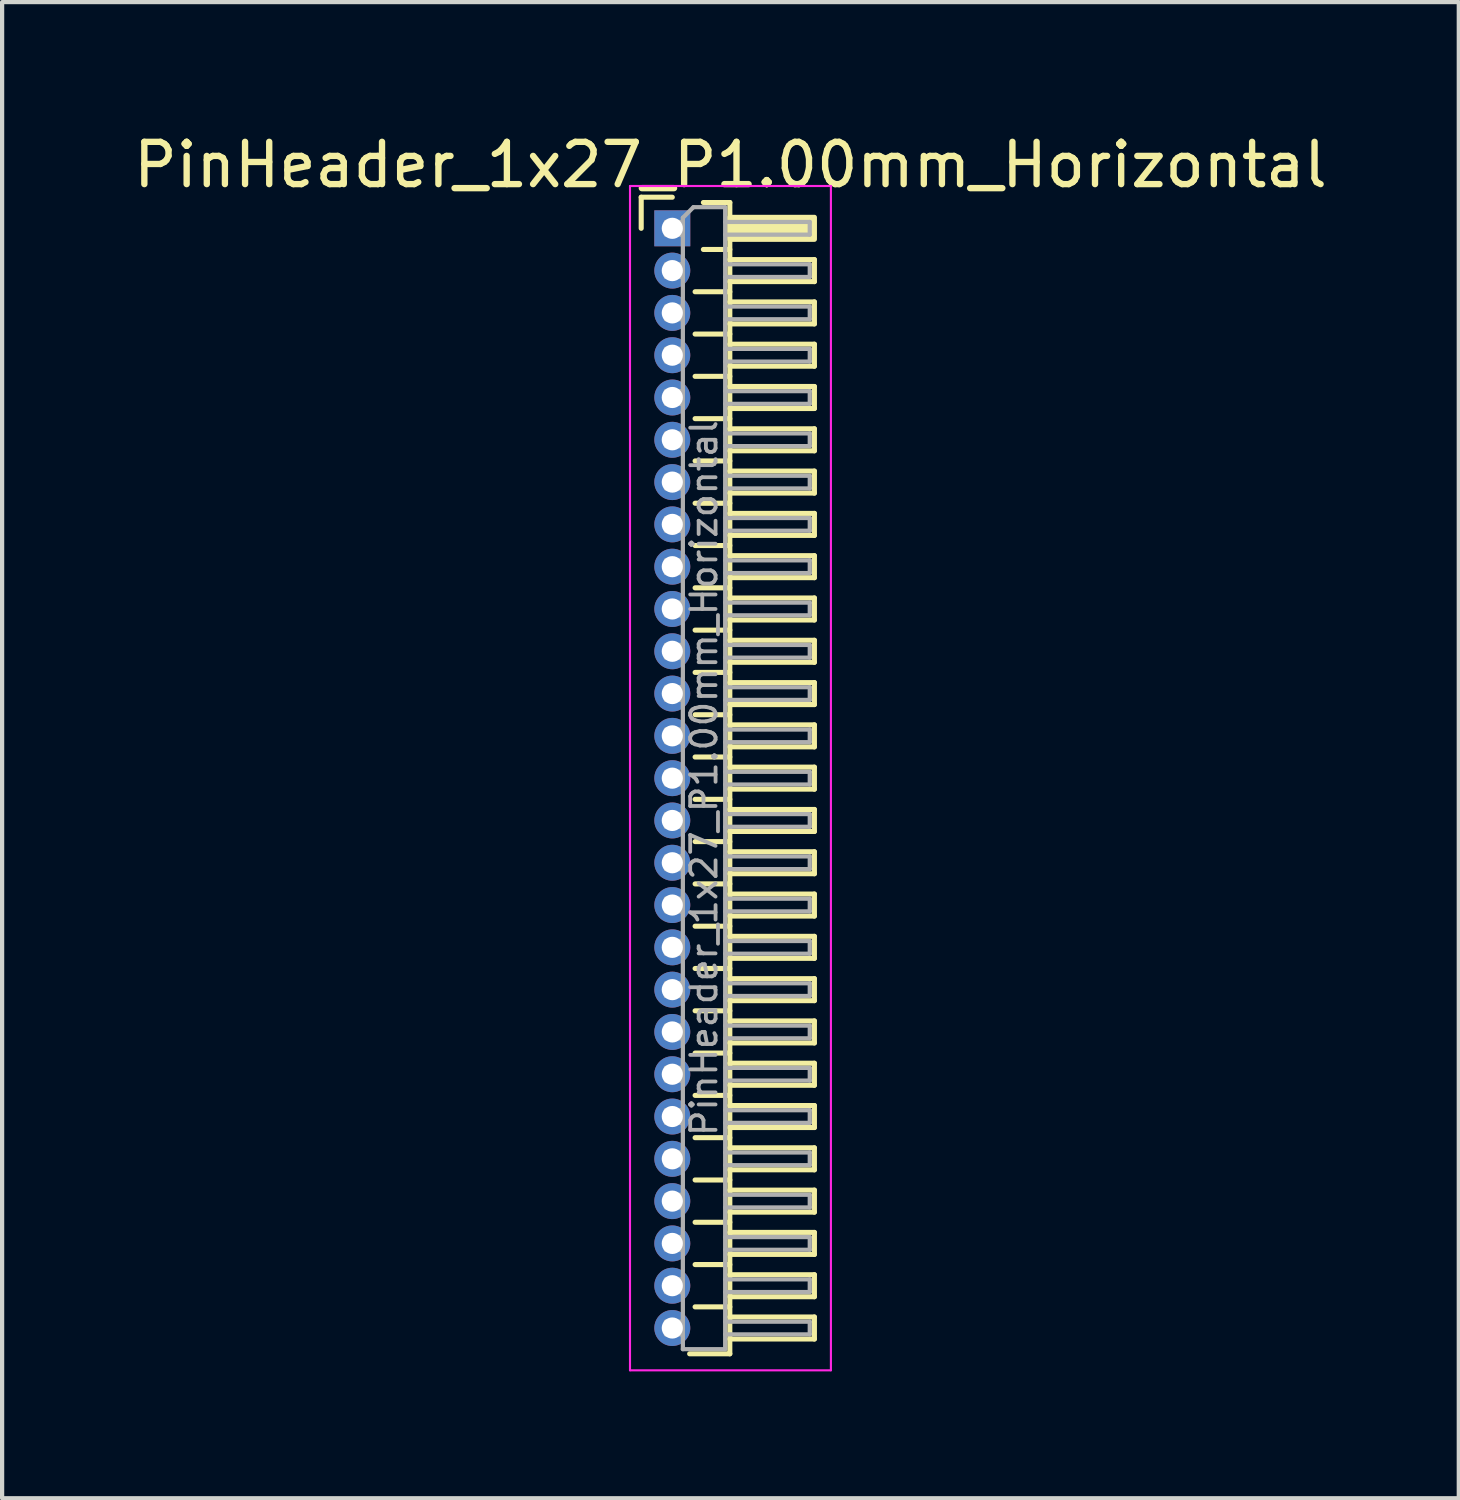
<source format=kicad_pcb>
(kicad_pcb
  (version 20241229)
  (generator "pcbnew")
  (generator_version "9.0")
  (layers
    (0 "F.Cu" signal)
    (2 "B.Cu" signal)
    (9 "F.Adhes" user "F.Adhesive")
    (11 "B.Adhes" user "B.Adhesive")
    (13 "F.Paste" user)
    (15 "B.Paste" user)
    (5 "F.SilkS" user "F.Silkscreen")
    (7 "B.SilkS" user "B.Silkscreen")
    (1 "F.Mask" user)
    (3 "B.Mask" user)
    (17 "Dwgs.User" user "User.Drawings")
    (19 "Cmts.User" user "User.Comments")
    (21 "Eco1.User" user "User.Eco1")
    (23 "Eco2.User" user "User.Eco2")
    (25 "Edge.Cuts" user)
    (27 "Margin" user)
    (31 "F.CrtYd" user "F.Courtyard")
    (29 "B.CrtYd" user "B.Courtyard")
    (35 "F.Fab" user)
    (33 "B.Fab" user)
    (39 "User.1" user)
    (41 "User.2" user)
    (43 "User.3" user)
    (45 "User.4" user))
  (footprint "PinHeader_1x27_P1.00mm_Horizontal"
    (layer "F.Cu")
    (at 12.845 2.348)
    (property "Reference" "PinHeader_1x27_P1.00mm_Horizontal" (at 1.375 -1.5 0) (layer "F.SilkS") (effects (font (size 1 1) (thickness 0.15))))
    (attr through_hole)
    (fp_line (start -0.735 -0.735) (end 0 -0.735) (stroke (width 0.12) (type solid)) (layer "F.SilkS"))
    (fp_line (start -0.735 0) (end -0.735 -0.735) (stroke (width 0.12) (type solid)) (layer "F.SilkS"))
    (fp_line (start 0.539 1.5) (end 1.36 1.5) (stroke (width 0.12) (type solid)) (layer "F.SilkS"))
    (fp_line (start 0.539 2.5) (end 1.36 2.5) (stroke (width 0.12) (type solid)) (layer "F.SilkS"))
    (fp_line (start 0.539 3.5) (end 1.36 3.5) (stroke (width 0.12) (type solid)) (layer "F.SilkS"))
    (fp_line (start 0.539 4.5) (end 1.36 4.5) (stroke (width 0.12) (type solid)) (layer "F.SilkS"))
    (fp_line (start 0.539 5.5) (end 1.36 5.5) (stroke (width 0.12) (type solid)) (layer "F.SilkS"))
    (fp_line (start 0.539 6.5) (end 1.36 6.5) (stroke (width 0.12) (type solid)) (layer "F.SilkS"))
    (fp_line (start 0.539 7.5) (end 1.36 7.5) (stroke (width 0.12) (type solid)) (layer "F.SilkS"))
    (fp_line (start 0.539 8.5) (end 1.36 8.5) (stroke (width 0.12) (type solid)) (layer "F.SilkS"))
    (fp_line (start 0.539 9.5) (end 1.36 9.5) (stroke (width 0.12) (type solid)) (layer "F.SilkS"))
    (fp_line (start 0.539 10.5) (end 1.36 10.5) (stroke (width 0.12) (type solid)) (layer "F.SilkS"))
    (fp_line (start 0.539 11.5) (end 1.36 11.5) (stroke (width 0.12) (type solid)) (layer "F.SilkS"))
    (fp_line (start 0.539 12.5) (end 1.36 12.5) (stroke (width 0.12) (type solid)) (layer "F.SilkS"))
    (fp_line (start 0.539 13.5) (end 1.36 13.5) (stroke (width 0.12) (type solid)) (layer "F.SilkS"))
    (fp_line (start 0.539 14.5) (end 1.36 14.5) (stroke (width 0.12) (type solid)) (layer "F.SilkS"))
    (fp_line (start 0.539 15.5) (end 1.36 15.5) (stroke (width 0.12) (type solid)) (layer "F.SilkS"))
    (fp_line (start 0.539 16.5) (end 1.36 16.5) (stroke (width 0.12) (type solid)) (layer "F.SilkS"))
    (fp_line (start 0.539 17.5) (end 1.36 17.5) (stroke (width 0.12) (type solid)) (layer "F.SilkS"))
    (fp_line (start 0.539 18.5) (end 1.36 18.5) (stroke (width 0.12) (type solid)) (layer "F.SilkS"))
    (fp_line (start 0.539 19.5) (end 1.36 19.5) (stroke (width 0.12) (type solid)) (layer "F.SilkS"))
    (fp_line (start 0.539 20.5) (end 1.36 20.5) (stroke (width 0.12) (type solid)) (layer "F.SilkS"))
    (fp_line (start 0.539 21.5) (end 1.36 21.5) (stroke (width 0.12) (type solid)) (layer "F.SilkS"))
    (fp_line (start 0.539 22.5) (end 1.36 22.5) (stroke (width 0.12) (type solid)) (layer "F.SilkS"))
    (fp_line (start 0.539 23.5) (end 1.36 23.5) (stroke (width 0.12) (type solid)) (layer "F.SilkS"))
    (fp_line (start 0.539 24.5) (end 1.36 24.5) (stroke (width 0.12) (type solid)) (layer "F.SilkS"))
    (fp_line (start 0.539 25.5) (end 1.36 25.5) (stroke (width 0.12) (type solid)) (layer "F.SilkS"))
    (fp_line (start 0.735 -0.61) (end 1.36 -0.61) (stroke (width 0.12) (type solid)) (layer "F.SilkS"))
    (fp_line (start 0.735 0.5) (end 1.36 0.5) (stroke (width 0.12) (type solid)) (layer "F.SilkS"))
    (fp_line (start 1.36 -0.61) (end 1.36 26.61) (stroke (width 0.12) (type solid)) (layer "F.SilkS"))
    (fp_line (start 1.36 0.74) (end 3.36 0.74) (stroke (width 0.12) (type solid)) (layer "F.SilkS"))
    (fp_line (start 1.36 1.74) (end 3.36 1.74) (stroke (width 0.12) (type solid)) (layer "F.SilkS"))
    (fp_line (start 1.36 2.74) (end 3.36 2.74) (stroke (width 0.12) (type solid)) (layer "F.SilkS"))
    (fp_line (start 1.36 3.74) (end 3.36 3.74) (stroke (width 0.12) (type solid)) (layer "F.SilkS"))
    (fp_line (start 1.36 4.74) (end 3.36 4.74) (stroke (width 0.12) (type solid)) (layer "F.SilkS"))
    (fp_line (start 1.36 5.74) (end 3.36 5.74) (stroke (width 0.12) (type solid)) (layer "F.SilkS"))
    (fp_line (start 1.36 6.74) (end 3.36 6.74) (stroke (width 0.12) (type solid)) (layer "F.SilkS"))
    (fp_line (start 1.36 7.74) (end 3.36 7.74) (stroke (width 0.12) (type solid)) (layer "F.SilkS"))
    (fp_line (start 1.36 8.74) (end 3.36 8.74) (stroke (width 0.12) (type solid)) (layer "F.SilkS"))
    (fp_line (start 1.36 9.74) (end 3.36 9.74) (stroke (width 0.12) (type solid)) (layer "F.SilkS"))
    (fp_line (start 1.36 10.74) (end 3.36 10.74) (stroke (width 0.12) (type solid)) (layer "F.SilkS"))
    (fp_line (start 1.36 11.74) (end 3.36 11.74) (stroke (width 0.12) (type solid)) (layer "F.SilkS"))
    (fp_line (start 1.36 12.74) (end 3.36 12.74) (stroke (width 0.12) (type solid)) (layer "F.SilkS"))
    (fp_line (start 1.36 13.74) (end 3.36 13.74) (stroke (width 0.12) (type solid)) (layer "F.SilkS"))
    (fp_line (start 1.36 14.74) (end 3.36 14.74) (stroke (width 0.12) (type solid)) (layer "F.SilkS"))
    (fp_line (start 1.36 15.74) (end 3.36 15.74) (stroke (width 0.12) (type solid)) (layer "F.SilkS"))
    (fp_line (start 1.36 16.74) (end 3.36 16.74) (stroke (width 0.12) (type solid)) (layer "F.SilkS"))
    (fp_line (start 1.36 17.74) (end 3.36 17.74) (stroke (width 0.12) (type solid)) (layer "F.SilkS"))
    (fp_line (start 1.36 18.74) (end 3.36 18.74) (stroke (width 0.12) (type solid)) (layer "F.SilkS"))
    (fp_line (start 1.36 19.74) (end 3.36 19.74) (stroke (width 0.12) (type solid)) (layer "F.SilkS"))
    (fp_line (start 1.36 20.74) (end 3.36 20.74) (stroke (width 0.12) (type solid)) (layer "F.SilkS"))
    (fp_line (start 1.36 21.74) (end 3.36 21.74) (stroke (width 0.12) (type solid)) (layer "F.SilkS"))
    (fp_line (start 1.36 22.74) (end 3.36 22.74) (stroke (width 0.12) (type solid)) (layer "F.SilkS"))
    (fp_line (start 1.36 23.74) (end 3.36 23.74) (stroke (width 0.12) (type solid)) (layer "F.SilkS"))
    (fp_line (start 1.36 24.74) (end 3.36 24.74) (stroke (width 0.12) (type solid)) (layer "F.SilkS"))
    (fp_line (start 1.36 25.74) (end 3.36 25.74) (stroke (width 0.12) (type solid)) (layer "F.SilkS"))
    (fp_line (start 1.36 26.61) (end 0.41 26.61) (stroke (width 0.12) (type solid)) (layer "F.SilkS"))
    (fp_line (start 3.36 0.74) (end 3.36 1.26) (stroke (width 0.12) (type solid)) (layer "F.SilkS"))
    (fp_line (start 3.36 1.26) (end 1.36 1.26) (stroke (width 0.12) (type solid)) (layer "F.SilkS"))
    (fp_line (start 3.36 1.74) (end 3.36 2.26) (stroke (width 0.12) (type solid)) (layer "F.SilkS"))
    (fp_line (start 3.36 2.26) (end 1.36 2.26) (stroke (width 0.12) (type solid)) (layer "F.SilkS"))
    (fp_line (start 3.36 2.74) (end 3.36 3.26) (stroke (width 0.12) (type solid)) (layer "F.SilkS"))
    (fp_line (start 3.36 3.26) (end 1.36 3.26) (stroke (width 0.12) (type solid)) (layer "F.SilkS"))
    (fp_line (start 3.36 3.74) (end 3.36 4.26) (stroke (width 0.12) (type solid)) (layer "F.SilkS"))
    (fp_line (start 3.36 4.26) (end 1.36 4.26) (stroke (width 0.12) (type solid)) (layer "F.SilkS"))
    (fp_line (start 3.36 4.74) (end 3.36 5.26) (stroke (width 0.12) (type solid)) (layer "F.SilkS"))
    (fp_line (start 3.36 5.26) (end 1.36 5.26) (stroke (width 0.12) (type solid)) (layer "F.SilkS"))
    (fp_line (start 3.36 5.74) (end 3.36 6.26) (stroke (width 0.12) (type solid)) (layer "F.SilkS"))
    (fp_line (start 3.36 6.26) (end 1.36 6.26) (stroke (width 0.12) (type solid)) (layer "F.SilkS"))
    (fp_line (start 3.36 6.74) (end 3.36 7.26) (stroke (width 0.12) (type solid)) (layer "F.SilkS"))
    (fp_line (start 3.36 7.26) (end 1.36 7.26) (stroke (width 0.12) (type solid)) (layer "F.SilkS"))
    (fp_line (start 3.36 7.74) (end 3.36 8.26) (stroke (width 0.12) (type solid)) (layer "F.SilkS"))
    (fp_line (start 3.36 8.26) (end 1.36 8.26) (stroke (width 0.12) (type solid)) (layer "F.SilkS"))
    (fp_line (start 3.36 8.74) (end 3.36 9.26) (stroke (width 0.12) (type solid)) (layer "F.SilkS"))
    (fp_line (start 3.36 9.26) (end 1.36 9.26) (stroke (width 0.12) (type solid)) (layer "F.SilkS"))
    (fp_line (start 3.36 9.74) (end 3.36 10.26) (stroke (width 0.12) (type solid)) (layer "F.SilkS"))
    (fp_line (start 3.36 10.26) (end 1.36 10.26) (stroke (width 0.12) (type solid)) (layer "F.SilkS"))
    (fp_line (start 3.36 10.74) (end 3.36 11.26) (stroke (width 0.12) (type solid)) (layer "F.SilkS"))
    (fp_line (start 3.36 11.26) (end 1.36 11.26) (stroke (width 0.12) (type solid)) (layer "F.SilkS"))
    (fp_line (start 3.36 11.74) (end 3.36 12.26) (stroke (width 0.12) (type solid)) (layer "F.SilkS"))
    (fp_line (start 3.36 12.26) (end 1.36 12.26) (stroke (width 0.12) (type solid)) (layer "F.SilkS"))
    (fp_line (start 3.36 12.74) (end 3.36 13.26) (stroke (width 0.12) (type solid)) (layer "F.SilkS"))
    (fp_line (start 3.36 13.26) (end 1.36 13.26) (stroke (width 0.12) (type solid)) (layer "F.SilkS"))
    (fp_line (start 3.36 13.74) (end 3.36 14.26) (stroke (width 0.12) (type solid)) (layer "F.SilkS"))
    (fp_line (start 3.36 14.26) (end 1.36 14.26) (stroke (width 0.12) (type solid)) (layer "F.SilkS"))
    (fp_line (start 3.36 14.74) (end 3.36 15.26) (stroke (width 0.12) (type solid)) (layer "F.SilkS"))
    (fp_line (start 3.36 15.26) (end 1.36 15.26) (stroke (width 0.12) (type solid)) (layer "F.SilkS"))
    (fp_line (start 3.36 15.74) (end 3.36 16.26) (stroke (width 0.12) (type solid)) (layer "F.SilkS"))
    (fp_line (start 3.36 16.26) (end 1.36 16.26) (stroke (width 0.12) (type solid)) (layer "F.SilkS"))
    (fp_line (start 3.36 16.74) (end 3.36 17.26) (stroke (width 0.12) (type solid)) (layer "F.SilkS"))
    (fp_line (start 3.36 17.26) (end 1.36 17.26) (stroke (width 0.12) (type solid)) (layer "F.SilkS"))
    (fp_line (start 3.36 17.74) (end 3.36 18.26) (stroke (width 0.12) (type solid)) (layer "F.SilkS"))
    (fp_line (start 3.36 18.26) (end 1.36 18.26) (stroke (width 0.12) (type solid)) (layer "F.SilkS"))
    (fp_line (start 3.36 18.74) (end 3.36 19.26) (stroke (width 0.12) (type solid)) (layer "F.SilkS"))
    (fp_line (start 3.36 19.26) (end 1.36 19.26) (stroke (width 0.12) (type solid)) (layer "F.SilkS"))
    (fp_line (start 3.36 19.74) (end 3.36 20.26) (stroke (width 0.12) (type solid)) (layer "F.SilkS"))
    (fp_line (start 3.36 20.26) (end 1.36 20.26) (stroke (width 0.12) (type solid)) (layer "F.SilkS"))
    (fp_line (start 3.36 20.74) (end 3.36 21.26) (stroke (width 0.12) (type solid)) (layer "F.SilkS"))
    (fp_line (start 3.36 21.26) (end 1.36 21.26) (stroke (width 0.12) (type solid)) (layer "F.SilkS"))
    (fp_line (start 3.36 21.74) (end 3.36 22.26) (stroke (width 0.12) (type solid)) (layer "F.SilkS"))
    (fp_line (start 3.36 22.26) (end 1.36 22.26) (stroke (width 0.12) (type solid)) (layer "F.SilkS"))
    (fp_line (start 3.36 22.74) (end 3.36 23.26) (stroke (width 0.12) (type solid)) (layer "F.SilkS"))
    (fp_line (start 3.36 23.26) (end 1.36 23.26) (stroke (width 0.12) (type solid)) (layer "F.SilkS"))
    (fp_line (start 3.36 23.74) (end 3.36 24.26) (stroke (width 0.12) (type solid)) (layer "F.SilkS"))
    (fp_line (start 3.36 24.26) (end 1.36 24.26) (stroke (width 0.12) (type solid)) (layer "F.SilkS"))
    (fp_line (start 3.36 24.74) (end 3.36 25.26) (stroke (width 0.12) (type solid)) (layer "F.SilkS"))
    (fp_line (start 3.36 25.26) (end 1.36 25.26) (stroke (width 0.12) (type solid)) (layer "F.SilkS"))
    (fp_line (start 3.36 25.74) (end 3.36 26.26) (stroke (width 0.12) (type solid)) (layer "F.SilkS"))
    (fp_line (start 3.36 26.26) (end 1.36 26.26) (stroke (width 0.12) (type solid)) (layer "F.SilkS"))
    (fp_rect (start 1.36 -0.26) (end 3.36 0.26) (stroke (width 0.12) (type solid)) (fill yes) (layer "F.SilkS"))
    (fp_line (start -1 -1) (end -1 27) (stroke (width 0.05) (type solid)) (layer "F.CrtYd"))
    (fp_line (start -1 27) (end 3.75 27) (stroke (width 0.05) (type solid)) (layer "F.CrtYd"))
    (fp_line (start 3.75 -1) (end -1 -1) (stroke (width 0.05) (type solid)) (layer "F.CrtYd"))
    (fp_line (start 3.75 27) (end 3.75 -1) (stroke (width 0.05) (type solid)) (layer "F.CrtYd"))
    (fp_line (start -0.15 -0.15) (end -0.15 0.15) (stroke (width 0.1) (type solid)) (layer "F.Fab"))
    (fp_line (start -0.15 -0.15) (end 0.25 -0.15) (stroke (width 0.1) (type solid)) (layer "F.Fab"))
    (fp_line (start -0.15 0.15) (end 0.25 0.15) (stroke (width 0.1) (type solid)) (layer "F.Fab"))
    (fp_line (start -0.15 0.85) (end -0.15 1.15) (stroke (width 0.1) (type solid)) (layer "F.Fab"))
    (fp_line (start -0.15 0.85) (end 0.25 0.85) (stroke (width 0.1) (type solid)) (layer "F.Fab"))
    (fp_line (start -0.15 1.15) (end 0.25 1.15) (stroke (width 0.1) (type solid)) (layer "F.Fab"))
    (fp_line (start -0.15 1.85) (end -0.15 2.15) (stroke (width 0.1) (type solid)) (layer "F.Fab"))
    (fp_line (start -0.15 1.85) (end 0.25 1.85) (stroke (width 0.1) (type solid)) (layer "F.Fab"))
    (fp_line (start -0.15 2.15) (end 0.25 2.15) (stroke (width 0.1) (type solid)) (layer "F.Fab"))
    (fp_line (start -0.15 2.85) (end -0.15 3.15) (stroke (width 0.1) (type solid)) (layer "F.Fab"))
    (fp_line (start -0.15 2.85) (end 0.25 2.85) (stroke (width 0.1) (type solid)) (layer "F.Fab"))
    (fp_line (start -0.15 3.15) (end 0.25 3.15) (stroke (width 0.1) (type solid)) (layer "F.Fab"))
    (fp_line (start -0.15 3.85) (end -0.15 4.15) (stroke (width 0.1) (type solid)) (layer "F.Fab"))
    (fp_line (start -0.15 3.85) (end 0.25 3.85) (stroke (width 0.1) (type solid)) (layer "F.Fab"))
    (fp_line (start -0.15 4.15) (end 0.25 4.15) (stroke (width 0.1) (type solid)) (layer "F.Fab"))
    (fp_line (start -0.15 4.85) (end -0.15 5.15) (stroke (width 0.1) (type solid)) (layer "F.Fab"))
    (fp_line (start -0.15 4.85) (end 0.25 4.85) (stroke (width 0.1) (type solid)) (layer "F.Fab"))
    (fp_line (start -0.15 5.15) (end 0.25 5.15) (stroke (width 0.1) (type solid)) (layer "F.Fab"))
    (fp_line (start -0.15 5.85) (end -0.15 6.15) (stroke (width 0.1) (type solid)) (layer "F.Fab"))
    (fp_line (start -0.15 5.85) (end 0.25 5.85) (stroke (width 0.1) (type solid)) (layer "F.Fab"))
    (fp_line (start -0.15 6.15) (end 0.25 6.15) (stroke (width 0.1) (type solid)) (layer "F.Fab"))
    (fp_line (start -0.15 6.85) (end -0.15 7.15) (stroke (width 0.1) (type solid)) (layer "F.Fab"))
    (fp_line (start -0.15 6.85) (end 0.25 6.85) (stroke (width 0.1) (type solid)) (layer "F.Fab"))
    (fp_line (start -0.15 7.15) (end 0.25 7.15) (stroke (width 0.1) (type solid)) (layer "F.Fab"))
    (fp_line (start -0.15 7.85) (end -0.15 8.15) (stroke (width 0.1) (type solid)) (layer "F.Fab"))
    (fp_line (start -0.15 7.85) (end 0.25 7.85) (stroke (width 0.1) (type solid)) (layer "F.Fab"))
    (fp_line (start -0.15 8.15) (end 0.25 8.15) (stroke (width 0.1) (type solid)) (layer "F.Fab"))
    (fp_line (start -0.15 8.85) (end -0.15 9.15) (stroke (width 0.1) (type solid)) (layer "F.Fab"))
    (fp_line (start -0.15 8.85) (end 0.25 8.85) (stroke (width 0.1) (type solid)) (layer "F.Fab"))
    (fp_line (start -0.15 9.15) (end 0.25 9.15) (stroke (width 0.1) (type solid)) (layer "F.Fab"))
    (fp_line (start -0.15 9.85) (end -0.15 10.15) (stroke (width 0.1) (type solid)) (layer "F.Fab"))
    (fp_line (start -0.15 9.85) (end 0.25 9.85) (stroke (width 0.1) (type solid)) (layer "F.Fab"))
    (fp_line (start -0.15 10.15) (end 0.25 10.15) (stroke (width 0.1) (type solid)) (layer "F.Fab"))
    (fp_line (start -0.15 10.85) (end -0.15 11.15) (stroke (width 0.1) (type solid)) (layer "F.Fab"))
    (fp_line (start -0.15 10.85) (end 0.25 10.85) (stroke (width 0.1) (type solid)) (layer "F.Fab"))
    (fp_line (start -0.15 11.15) (end 0.25 11.15) (stroke (width 0.1) (type solid)) (layer "F.Fab"))
    (fp_line (start -0.15 11.85) (end -0.15 12.15) (stroke (width 0.1) (type solid)) (layer "F.Fab"))
    (fp_line (start -0.15 11.85) (end 0.25 11.85) (stroke (width 0.1) (type solid)) (layer "F.Fab"))
    (fp_line (start -0.15 12.15) (end 0.25 12.15) (stroke (width 0.1) (type solid)) (layer "F.Fab"))
    (fp_line (start -0.15 12.85) (end -0.15 13.15) (stroke (width 0.1) (type solid)) (layer "F.Fab"))
    (fp_line (start -0.15 12.85) (end 0.25 12.85) (stroke (width 0.1) (type solid)) (layer "F.Fab"))
    (fp_line (start -0.15 13.15) (end 0.25 13.15) (stroke (width 0.1) (type solid)) (layer "F.Fab"))
    (fp_line (start -0.15 13.85) (end -0.15 14.15) (stroke (width 0.1) (type solid)) (layer "F.Fab"))
    (fp_line (start -0.15 13.85) (end 0.25 13.85) (stroke (width 0.1) (type solid)) (layer "F.Fab"))
    (fp_line (start -0.15 14.15) (end 0.25 14.15) (stroke (width 0.1) (type solid)) (layer "F.Fab"))
    (fp_line (start -0.15 14.85) (end -0.15 15.15) (stroke (width 0.1) (type solid)) (layer "F.Fab"))
    (fp_line (start -0.15 14.85) (end 0.25 14.85) (stroke (width 0.1) (type solid)) (layer "F.Fab"))
    (fp_line (start -0.15 15.15) (end 0.25 15.15) (stroke (width 0.1) (type solid)) (layer "F.Fab"))
    (fp_line (start -0.15 15.85) (end -0.15 16.15) (stroke (width 0.1) (type solid)) (layer "F.Fab"))
    (fp_line (start -0.15 15.85) (end 0.25 15.85) (stroke (width 0.1) (type solid)) (layer "F.Fab"))
    (fp_line (start -0.15 16.15) (end 0.25 16.15) (stroke (width 0.1) (type solid)) (layer "F.Fab"))
    (fp_line (start -0.15 16.85) (end -0.15 17.15) (stroke (width 0.1) (type solid)) (layer "F.Fab"))
    (fp_line (start -0.15 16.85) (end 0.25 16.85) (stroke (width 0.1) (type solid)) (layer "F.Fab"))
    (fp_line (start -0.15 17.15) (end 0.25 17.15) (stroke (width 0.1) (type solid)) (layer "F.Fab"))
    (fp_line (start -0.15 17.85) (end -0.15 18.15) (stroke (width 0.1) (type solid)) (layer "F.Fab"))
    (fp_line (start -0.15 17.85) (end 0.25 17.85) (stroke (width 0.1) (type solid)) (layer "F.Fab"))
    (fp_line (start -0.15 18.15) (end 0.25 18.15) (stroke (width 0.1) (type solid)) (layer "F.Fab"))
    (fp_line (start -0.15 18.85) (end -0.15 19.15) (stroke (width 0.1) (type solid)) (layer "F.Fab"))
    (fp_line (start -0.15 18.85) (end 0.25 18.85) (stroke (width 0.1) (type solid)) (layer "F.Fab"))
    (fp_line (start -0.15 19.15) (end 0.25 19.15) (stroke (width 0.1) (type solid)) (layer "F.Fab"))
    (fp_line (start -0.15 19.85) (end -0.15 20.15) (stroke (width 0.1) (type solid)) (layer "F.Fab"))
    (fp_line (start -0.15 19.85) (end 0.25 19.85) (stroke (width 0.1) (type solid)) (layer "F.Fab"))
    (fp_line (start -0.15 20.15) (end 0.25 20.15) (stroke (width 0.1) (type solid)) (layer "F.Fab"))
    (fp_line (start -0.15 20.85) (end -0.15 21.15) (stroke (width 0.1) (type solid)) (layer "F.Fab"))
    (fp_line (start -0.15 20.85) (end 0.25 20.85) (stroke (width 0.1) (type solid)) (layer "F.Fab"))
    (fp_line (start -0.15 21.15) (end 0.25 21.15) (stroke (width 0.1) (type solid)) (layer "F.Fab"))
    (fp_line (start -0.15 21.85) (end -0.15 22.15) (stroke (width 0.1) (type solid)) (layer "F.Fab"))
    (fp_line (start -0.15 21.85) (end 0.25 21.85) (stroke (width 0.1) (type solid)) (layer "F.Fab"))
    (fp_line (start -0.15 22.15) (end 0.25 22.15) (stroke (width 0.1) (type solid)) (layer "F.Fab"))
    (fp_line (start -0.15 22.85) (end -0.15 23.15) (stroke (width 0.1) (type solid)) (layer "F.Fab"))
    (fp_line (start -0.15 22.85) (end 0.25 22.85) (stroke (width 0.1) (type solid)) (layer "F.Fab"))
    (fp_line (start -0.15 23.15) (end 0.25 23.15) (stroke (width 0.1) (type solid)) (layer "F.Fab"))
    (fp_line (start -0.15 23.85) (end -0.15 24.15) (stroke (width 0.1) (type solid)) (layer "F.Fab"))
    (fp_line (start -0.15 23.85) (end 0.25 23.85) (stroke (width 0.1) (type solid)) (layer "F.Fab"))
    (fp_line (start -0.15 24.15) (end 0.25 24.15) (stroke (width 0.1) (type solid)) (layer "F.Fab"))
    (fp_line (start -0.15 24.85) (end -0.15 25.15) (stroke (width 0.1) (type solid)) (layer "F.Fab"))
    (fp_line (start -0.15 24.85) (end 0.25 24.85) (stroke (width 0.1) (type solid)) (layer "F.Fab"))
    (fp_line (start -0.15 25.15) (end 0.25 25.15) (stroke (width 0.1) (type solid)) (layer "F.Fab"))
    (fp_line (start -0.15 25.85) (end -0.15 26.15) (stroke (width 0.1) (type solid)) (layer "F.Fab"))
    (fp_line (start -0.15 25.85) (end 0.25 25.85) (stroke (width 0.1) (type solid)) (layer "F.Fab"))
    (fp_line (start -0.15 26.15) (end 0.25 26.15) (stroke (width 0.1) (type solid)) (layer "F.Fab"))
    (fp_line (start 0.25 -0.25) (end 0.5 -0.5) (stroke (width 0.1) (type solid)) (layer "F.Fab"))
    (fp_line (start 0.25 26.5) (end 0.25 -0.25) (stroke (width 0.1) (type solid)) (layer "F.Fab"))
    (fp_line (start 0.5 -0.5) (end 1.25 -0.5) (stroke (width 0.1) (type solid)) (layer "F.Fab"))
    (fp_line (start 1.25 -0.5) (end 1.25 26.5) (stroke (width 0.1) (type solid)) (layer "F.Fab"))
    (fp_line (start 1.25 -0.15) (end 3.25 -0.15) (stroke (width 0.1) (type solid)) (layer "F.Fab"))
    (fp_line (start 1.25 0.15) (end 3.25 0.15) (stroke (width 0.1) (type solid)) (layer "F.Fab"))
    (fp_line (start 1.25 0.85) (end 3.25 0.85) (stroke (width 0.1) (type solid)) (layer "F.Fab"))
    (fp_line (start 1.25 1.15) (end 3.25 1.15) (stroke (width 0.1) (type solid)) (layer "F.Fab"))
    (fp_line (start 1.25 1.85) (end 3.25 1.85) (stroke (width 0.1) (type solid)) (layer "F.Fab"))
    (fp_line (start 1.25 2.15) (end 3.25 2.15) (stroke (width 0.1) (type solid)) (layer "F.Fab"))
    (fp_line (start 1.25 2.85) (end 3.25 2.85) (stroke (width 0.1) (type solid)) (layer "F.Fab"))
    (fp_line (start 1.25 3.15) (end 3.25 3.15) (stroke (width 0.1) (type solid)) (layer "F.Fab"))
    (fp_line (start 1.25 3.85) (end 3.25 3.85) (stroke (width 0.1) (type solid)) (layer "F.Fab"))
    (fp_line (start 1.25 4.15) (end 3.25 4.15) (stroke (width 0.1) (type solid)) (layer "F.Fab"))
    (fp_line (start 1.25 4.85) (end 3.25 4.85) (stroke (width 0.1) (type solid)) (layer "F.Fab"))
    (fp_line (start 1.25 5.15) (end 3.25 5.15) (stroke (width 0.1) (type solid)) (layer "F.Fab"))
    (fp_line (start 1.25 5.85) (end 3.25 5.85) (stroke (width 0.1) (type solid)) (layer "F.Fab"))
    (fp_line (start 1.25 6.15) (end 3.25 6.15) (stroke (width 0.1) (type solid)) (layer "F.Fab"))
    (fp_line (start 1.25 6.85) (end 3.25 6.85) (stroke (width 0.1) (type solid)) (layer "F.Fab"))
    (fp_line (start 1.25 7.15) (end 3.25 7.15) (stroke (width 0.1) (type solid)) (layer "F.Fab"))
    (fp_line (start 1.25 7.85) (end 3.25 7.85) (stroke (width 0.1) (type solid)) (layer "F.Fab"))
    (fp_line (start 1.25 8.15) (end 3.25 8.15) (stroke (width 0.1) (type solid)) (layer "F.Fab"))
    (fp_line (start 1.25 8.85) (end 3.25 8.85) (stroke (width 0.1) (type solid)) (layer "F.Fab"))
    (fp_line (start 1.25 9.15) (end 3.25 9.15) (stroke (width 0.1) (type solid)) (layer "F.Fab"))
    (fp_line (start 1.25 9.85) (end 3.25 9.85) (stroke (width 0.1) (type solid)) (layer "F.Fab"))
    (fp_line (start 1.25 10.15) (end 3.25 10.15) (stroke (width 0.1) (type solid)) (layer "F.Fab"))
    (fp_line (start 1.25 10.85) (end 3.25 10.85) (stroke (width 0.1) (type solid)) (layer "F.Fab"))
    (fp_line (start 1.25 11.15) (end 3.25 11.15) (stroke (width 0.1) (type solid)) (layer "F.Fab"))
    (fp_line (start 1.25 11.85) (end 3.25 11.85) (stroke (width 0.1) (type solid)) (layer "F.Fab"))
    (fp_line (start 1.25 12.15) (end 3.25 12.15) (stroke (width 0.1) (type solid)) (layer "F.Fab"))
    (fp_line (start 1.25 12.85) (end 3.25 12.85) (stroke (width 0.1) (type solid)) (layer "F.Fab"))
    (fp_line (start 1.25 13.15) (end 3.25 13.15) (stroke (width 0.1) (type solid)) (layer "F.Fab"))
    (fp_line (start 1.25 13.85) (end 3.25 13.85) (stroke (width 0.1) (type solid)) (layer "F.Fab"))
    (fp_line (start 1.25 14.15) (end 3.25 14.15) (stroke (width 0.1) (type solid)) (layer "F.Fab"))
    (fp_line (start 1.25 14.85) (end 3.25 14.85) (stroke (width 0.1) (type solid)) (layer "F.Fab"))
    (fp_line (start 1.25 15.15) (end 3.25 15.15) (stroke (width 0.1) (type solid)) (layer "F.Fab"))
    (fp_line (start 1.25 15.85) (end 3.25 15.85) (stroke (width 0.1) (type solid)) (layer "F.Fab"))
    (fp_line (start 1.25 16.15) (end 3.25 16.15) (stroke (width 0.1) (type solid)) (layer "F.Fab"))
    (fp_line (start 1.25 16.85) (end 3.25 16.85) (stroke (width 0.1) (type solid)) (layer "F.Fab"))
    (fp_line (start 1.25 17.15) (end 3.25 17.15) (stroke (width 0.1) (type solid)) (layer "F.Fab"))
    (fp_line (start 1.25 17.85) (end 3.25 17.85) (stroke (width 0.1) (type solid)) (layer "F.Fab"))
    (fp_line (start 1.25 18.15) (end 3.25 18.15) (stroke (width 0.1) (type solid)) (layer "F.Fab"))
    (fp_line (start 1.25 18.85) (end 3.25 18.85) (stroke (width 0.1) (type solid)) (layer "F.Fab"))
    (fp_line (start 1.25 19.15) (end 3.25 19.15) (stroke (width 0.1) (type solid)) (layer "F.Fab"))
    (fp_line (start 1.25 19.85) (end 3.25 19.85) (stroke (width 0.1) (type solid)) (layer "F.Fab"))
    (fp_line (start 1.25 20.15) (end 3.25 20.15) (stroke (width 0.1) (type solid)) (layer "F.Fab"))
    (fp_line (start 1.25 20.85) (end 3.25 20.85) (stroke (width 0.1) (type solid)) (layer "F.Fab"))
    (fp_line (start 1.25 21.15) (end 3.25 21.15) (stroke (width 0.1) (type solid)) (layer "F.Fab"))
    (fp_line (start 1.25 21.85) (end 3.25 21.85) (stroke (width 0.1) (type solid)) (layer "F.Fab"))
    (fp_line (start 1.25 22.15) (end 3.25 22.15) (stroke (width 0.1) (type solid)) (layer "F.Fab"))
    (fp_line (start 1.25 22.85) (end 3.25 22.85) (stroke (width 0.1) (type solid)) (layer "F.Fab"))
    (fp_line (start 1.25 23.15) (end 3.25 23.15) (stroke (width 0.1) (type solid)) (layer "F.Fab"))
    (fp_line (start 1.25 23.85) (end 3.25 23.85) (stroke (width 0.1) (type solid)) (layer "F.Fab"))
    (fp_line (start 1.25 24.15) (end 3.25 24.15) (stroke (width 0.1) (type solid)) (layer "F.Fab"))
    (fp_line (start 1.25 24.85) (end 3.25 24.85) (stroke (width 0.1) (type solid)) (layer "F.Fab"))
    (fp_line (start 1.25 25.15) (end 3.25 25.15) (stroke (width 0.1) (type solid)) (layer "F.Fab"))
    (fp_line (start 1.25 25.85) (end 3.25 25.85) (stroke (width 0.1) (type solid)) (layer "F.Fab"))
    (fp_line (start 1.25 26.15) (end 3.25 26.15) (stroke (width 0.1) (type solid)) (layer "F.Fab"))
    (fp_line (start 1.25 26.5) (end 0.25 26.5) (stroke (width 0.1) (type solid)) (layer "F.Fab"))
    (fp_line (start 3.25 -0.15) (end 3.25 0.15) (stroke (width 0.1) (type solid)) (layer "F.Fab"))
    (fp_line (start 3.25 0.85) (end 3.25 1.15) (stroke (width 0.1) (type solid)) (layer "F.Fab"))
    (fp_line (start 3.25 1.85) (end 3.25 2.15) (stroke (width 0.1) (type solid)) (layer "F.Fab"))
    (fp_line (start 3.25 2.85) (end 3.25 3.15) (stroke (width 0.1) (type solid)) (layer "F.Fab"))
    (fp_line (start 3.25 3.85) (end 3.25 4.15) (stroke (width 0.1) (type solid)) (layer "F.Fab"))
    (fp_line (start 3.25 4.85) (end 3.25 5.15) (stroke (width 0.1) (type solid)) (layer "F.Fab"))
    (fp_line (start 3.25 5.85) (end 3.25 6.15) (stroke (width 0.1) (type solid)) (layer "F.Fab"))
    (fp_line (start 3.25 6.85) (end 3.25 7.15) (stroke (width 0.1) (type solid)) (layer "F.Fab"))
    (fp_line (start 3.25 7.85) (end 3.25 8.15) (stroke (width 0.1) (type solid)) (layer "F.Fab"))
    (fp_line (start 3.25 8.85) (end 3.25 9.15) (stroke (width 0.1) (type solid)) (layer "F.Fab"))
    (fp_line (start 3.25 9.85) (end 3.25 10.15) (stroke (width 0.1) (type solid)) (layer "F.Fab"))
    (fp_line (start 3.25 10.85) (end 3.25 11.15) (stroke (width 0.1) (type solid)) (layer "F.Fab"))
    (fp_line (start 3.25 11.85) (end 3.25 12.15) (stroke (width 0.1) (type solid)) (layer "F.Fab"))
    (fp_line (start 3.25 12.85) (end 3.25 13.15) (stroke (width 0.1) (type solid)) (layer "F.Fab"))
    (fp_line (start 3.25 13.85) (end 3.25 14.15) (stroke (width 0.1) (type solid)) (layer "F.Fab"))
    (fp_line (start 3.25 14.85) (end 3.25 15.15) (stroke (width 0.1) (type solid)) (layer "F.Fab"))
    (fp_line (start 3.25 15.85) (end 3.25 16.15) (stroke (width 0.1) (type solid)) (layer "F.Fab"))
    (fp_line (start 3.25 16.85) (end 3.25 17.15) (stroke (width 0.1) (type solid)) (layer "F.Fab"))
    (fp_line (start 3.25 17.85) (end 3.25 18.15) (stroke (width 0.1) (type solid)) (layer "F.Fab"))
    (fp_line (start 3.25 18.85) (end 3.25 19.15) (stroke (width 0.1) (type solid)) (layer "F.Fab"))
    (fp_line (start 3.25 19.85) (end 3.25 20.15) (stroke (width 0.1) (type solid)) (layer "F.Fab"))
    (fp_line (start 3.25 20.85) (end 3.25 21.15) (stroke (width 0.1) (type solid)) (layer "F.Fab"))
    (fp_line (start 3.25 21.85) (end 3.25 22.15) (stroke (width 0.1) (type solid)) (layer "F.Fab"))
    (fp_line (start 3.25 22.85) (end 3.25 23.15) (stroke (width 0.1) (type solid)) (layer "F.Fab"))
    (fp_line (start 3.25 23.85) (end 3.25 24.15) (stroke (width 0.1) (type solid)) (layer "F.Fab"))
    (fp_line (start 3.25 24.85) (end 3.25 25.15) (stroke (width 0.1) (type solid)) (layer "F.Fab"))
    (fp_line (start 3.25 25.85) (end 3.25 26.15) (stroke (width 0.1) (type solid)) (layer "F.Fab"))
    (fp_text user "${REFERENCE}" (at 0.75 13 90) (layer "F.Fab") (effects (font (size 0.6 0.6) (thickness 0.09))))
    (pad "1" thru_hole rect (at 0 0) (size 0.85 0.85) (drill 0.5) (layers "*.Cu" "*.Mask"))
    (pad "2" thru_hole circle (at 0 1) (size 0.85 0.85) (drill 0.5) (layers "*.Cu" "*.Mask"))
    (pad "3" thru_hole circle (at 0 2) (size 0.85 0.85) (drill 0.5) (layers "*.Cu" "*.Mask"))
    (pad "4" thru_hole circle (at 0 3) (size 0.85 0.85) (drill 0.5) (layers "*.Cu" "*.Mask"))
    (pad "5" thru_hole circle (at 0 4) (size 0.85 0.85) (drill 0.5) (layers "*.Cu" "*.Mask"))
    (pad "6" thru_hole circle (at 0 5) (size 0.85 0.85) (drill 0.5) (layers "*.Cu" "*.Mask"))
    (pad "7" thru_hole circle (at 0 6) (size 0.85 0.85) (drill 0.5) (layers "*.Cu" "*.Mask"))
    (pad "8" thru_hole circle (at 0 7) (size 0.85 0.85) (drill 0.5) (layers "*.Cu" "*.Mask"))
    (pad "9" thru_hole circle (at 0 8) (size 0.85 0.85) (drill 0.5) (layers "*.Cu" "*.Mask"))
    (pad "10" thru_hole circle (at 0 9) (size 0.85 0.85) (drill 0.5) (layers "*.Cu" "*.Mask"))
    (pad "11" thru_hole circle (at 0 10) (size 0.85 0.85) (drill 0.5) (layers "*.Cu" "*.Mask"))
    (pad "12" thru_hole circle (at 0 11) (size 0.85 0.85) (drill 0.5) (layers "*.Cu" "*.Mask"))
    (pad "13" thru_hole circle (at 0 12) (size 0.85 0.85) (drill 0.5) (layers "*.Cu" "*.Mask"))
    (pad "14" thru_hole circle (at 0 13) (size 0.85 0.85) (drill 0.5) (layers "*.Cu" "*.Mask"))
    (pad "15" thru_hole circle (at 0 14) (size 0.85 0.85) (drill 0.5) (layers "*.Cu" "*.Mask"))
    (pad "16" thru_hole circle (at 0 15) (size 0.85 0.85) (drill 0.5) (layers "*.Cu" "*.Mask"))
    (pad "17" thru_hole circle (at 0 16) (size 0.85 0.85) (drill 0.5) (layers "*.Cu" "*.Mask"))
    (pad "18" thru_hole circle (at 0 17) (size 0.85 0.85) (drill 0.5) (layers "*.Cu" "*.Mask"))
    (pad "19" thru_hole circle (at 0 18) (size 0.85 0.85) (drill 0.5) (layers "*.Cu" "*.Mask"))
    (pad "20" thru_hole circle (at 0 19) (size 0.85 0.85) (drill 0.5) (layers "*.Cu" "*.Mask"))
    (pad "21" thru_hole circle (at 0 20) (size 0.85 0.85) (drill 0.5) (layers "*.Cu" "*.Mask"))
    (pad "22" thru_hole circle (at 0 21) (size 0.85 0.85) (drill 0.5) (layers "*.Cu" "*.Mask"))
    (pad "23" thru_hole circle (at 0 22) (size 0.85 0.85) (drill 0.5) (layers "*.Cu" "*.Mask"))
    (pad "24" thru_hole circle (at 0 23) (size 0.85 0.85) (drill 0.5) (layers "*.Cu" "*.Mask"))
    (pad "25" thru_hole circle (at 0 24) (size 0.85 0.85) (drill 0.5) (layers "*.Cu" "*.Mask"))
    (pad "26" thru_hole circle (at 0 25) (size 0.85 0.85) (drill 0.5) (layers "*.Cu" "*.Mask"))
    (pad "27" thru_hole circle (at 0 26) (size 0.85 0.85) (drill 0.5) (layers "*.Cu" "*.Mask")))
  (gr_rect
    (start -3 -3)
    (end 31.44 32.373)
    (stroke (width 0.1) (type default))
    (fill no)
    (layer "Edge.Cuts")))
</source>
